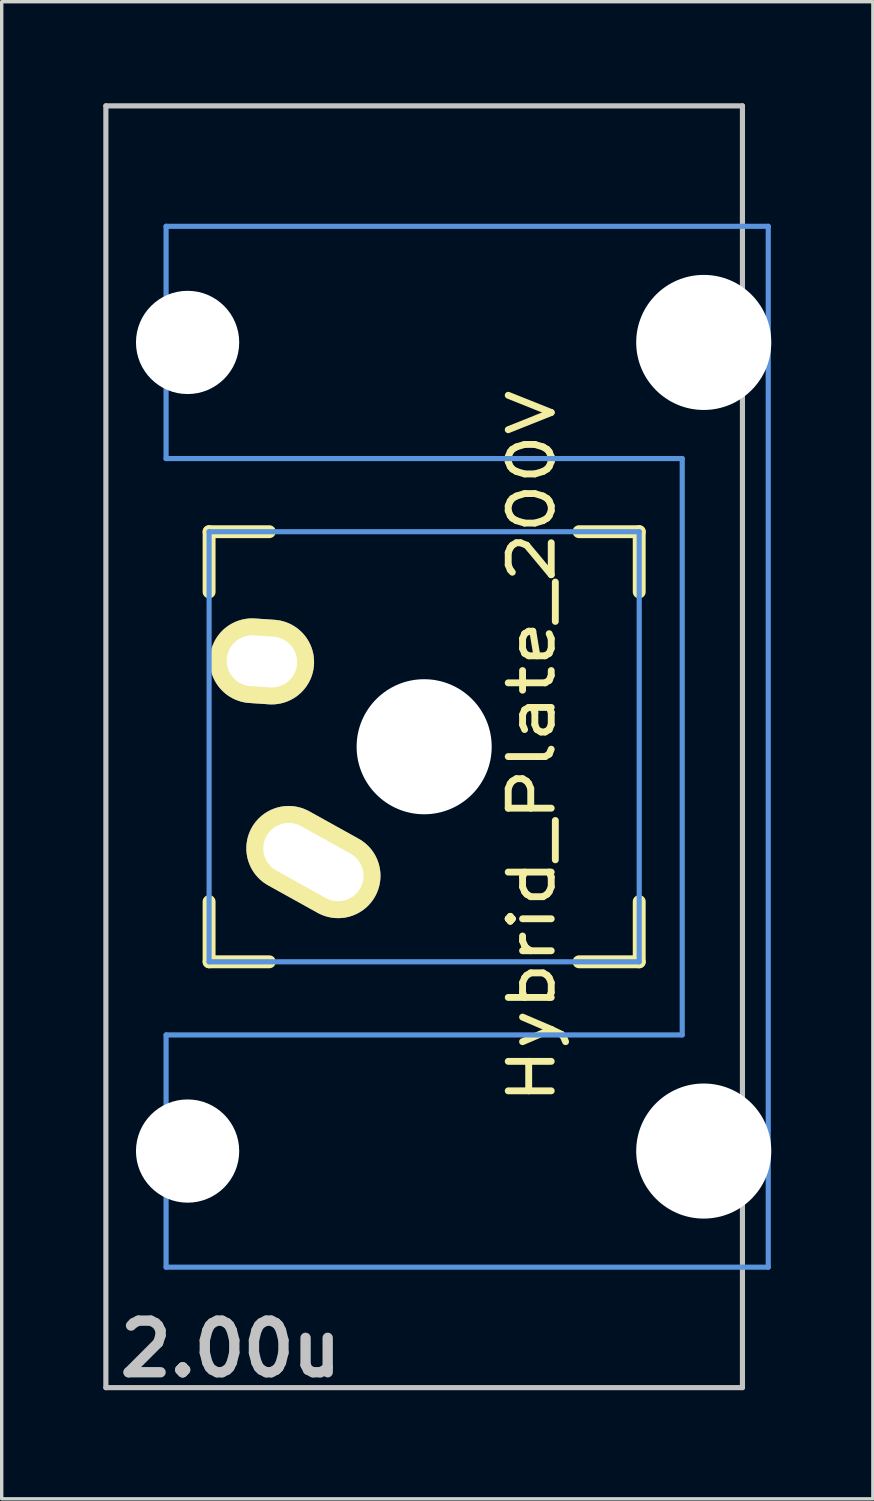
<source format=kicad_pcb>
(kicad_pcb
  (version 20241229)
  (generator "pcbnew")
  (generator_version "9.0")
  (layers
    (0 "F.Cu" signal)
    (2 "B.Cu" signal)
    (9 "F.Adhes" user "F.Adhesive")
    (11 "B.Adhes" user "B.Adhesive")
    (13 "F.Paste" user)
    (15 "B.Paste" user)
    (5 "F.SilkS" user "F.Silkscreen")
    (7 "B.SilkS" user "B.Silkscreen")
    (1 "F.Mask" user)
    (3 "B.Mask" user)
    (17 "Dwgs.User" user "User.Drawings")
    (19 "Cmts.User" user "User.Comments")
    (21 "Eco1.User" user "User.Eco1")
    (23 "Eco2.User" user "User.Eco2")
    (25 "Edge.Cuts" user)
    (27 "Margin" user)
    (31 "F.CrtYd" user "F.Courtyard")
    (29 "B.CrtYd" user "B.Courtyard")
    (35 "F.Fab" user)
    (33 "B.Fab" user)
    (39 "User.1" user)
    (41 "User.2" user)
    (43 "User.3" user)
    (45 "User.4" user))
  (footprint "Hybrid_Plate_200V"
    (layer "F.Cu")
    (at 9.474 18.999)
    (property "Reference" "Hybrid_Plate_200V" (at 3.175 0 90) (layer "F.SilkS") (effects (font (size 1.27 1.524) (thickness 0.203))))
    (attr through_hole)
    (fp_line (start -6.35 -6.35) (end -4.572 -6.35) (stroke (width 0.381) (type solid)) (layer "F.SilkS"))
    (fp_line (start -6.35 -4.572) (end -6.35 -6.35) (stroke (width 0.381) (type solid)) (layer "F.SilkS"))
    (fp_line (start -6.35 6.35) (end -6.35 4.572) (stroke (width 0.381) (type solid)) (layer "F.SilkS"))
    (fp_line (start -4.572 6.35) (end -6.35 6.35) (stroke (width 0.381) (type solid)) (layer "F.SilkS"))
    (fp_line (start 4.572 -6.35) (end 6.35 -6.35) (stroke (width 0.381) (type solid)) (layer "F.SilkS"))
    (fp_line (start 6.35 -6.35) (end 6.35 -4.572) (stroke (width 0.381) (type solid)) (layer "F.SilkS"))
    (fp_line (start 6.35 4.572) (end 6.35 6.35) (stroke (width 0.381) (type solid)) (layer "F.SilkS"))
    (fp_line (start 6.35 6.35) (end 4.572 6.35) (stroke (width 0.381) (type solid)) (layer "F.SilkS"))
    (fp_line (start -9.398 -18.923) (end 9.398 -18.923) (stroke (width 0.152) (type solid)) (layer "Dwgs.User"))
    (fp_line (start -9.398 18.923) (end -9.398 -18.923) (stroke (width 0.152) (type solid)) (layer "Dwgs.User"))
    (fp_line (start 9.398 -18.923) (end 9.398 18.923) (stroke (width 0.152) (type solid)) (layer "Dwgs.User"))
    (fp_line (start 9.398 18.923) (end -9.398 18.923) (stroke (width 0.152) (type solid)) (layer "Dwgs.User"))
    (fp_line (start -7.62 -15.367) (end -7.62 -8.509) (stroke (width 0.152) (type solid)) (layer "Cmts.User"))
    (fp_line (start -7.62 -8.509) (end 7.62 -8.509) (stroke (width 0.152) (type solid)) (layer "Cmts.User"))
    (fp_line (start -7.62 8.509) (end -7.62 15.367) (stroke (width 0.152) (type solid)) (layer "Cmts.User"))
    (fp_line (start -7.62 15.367) (end 10.16 15.367) (stroke (width 0.152) (type solid)) (layer "Cmts.User"))
    (fp_line (start -6.35 -6.35) (end 6.35 -6.35) (stroke (width 0.152) (type solid)) (layer "Cmts.User"))
    (fp_line (start -6.35 6.35) (end -6.35 -6.35) (stroke (width 0.152) (type solid)) (layer "Cmts.User"))
    (fp_line (start 6.35 -6.35) (end 6.35 6.35) (stroke (width 0.152) (type solid)) (layer "Cmts.User"))
    (fp_line (start 6.35 6.35) (end -6.35 6.35) (stroke (width 0.152) (type solid)) (layer "Cmts.User"))
    (fp_line (start 7.62 -8.509) (end 7.62 8.509) (stroke (width 0.152) (type solid)) (layer "Cmts.User"))
    (fp_line (start 7.62 8.509) (end -7.62 8.509) (stroke (width 0.152) (type solid)) (layer "Cmts.User"))
    (fp_line (start 10.16 -15.367) (end -7.62 -15.367) (stroke (width 0.152) (type solid)) (layer "Cmts.User"))
    (fp_line (start 10.16 15.367) (end 10.16 -15.367) (stroke (width 0.152) (type solid)) (layer "Cmts.User"))
    (fp_line (start -6.985 -6.985) (end -4.877 -6.985) (stroke (width 0.152) (type solid)) (layer "Eco2.User"))
    (fp_line (start -6.985 6.985) (end -6.985 -6.985) (stroke (width 0.152) (type solid)) (layer "Eco2.User"))
    (fp_line (start -5.69 -15.265) (end -2.286 -15.265) (stroke (width 0.152) (type solid)) (layer "Eco2.User"))
    (fp_line (start -5.69 -8.611) (end -5.69 -15.265) (stroke (width 0.152) (type solid)) (layer "Eco2.User"))
    (fp_line (start -5.69 8.611) (end -4.877 8.611) (stroke (width 0.152) (type solid)) (layer "Eco2.User"))
    (fp_line (start -5.69 15.265) (end -5.69 8.611) (stroke (width 0.152) (type solid)) (layer "Eco2.User"))
    (fp_line (start -4.877 -8.611) (end -5.69 -8.611) (stroke (width 0.152) (type solid)) (layer "Eco2.User"))
    (fp_line (start -4.877 -6.985) (end -4.877 -8.611) (stroke (width 0.152) (type solid)) (layer "Eco2.User"))
    (fp_line (start -4.877 6.985) (end -6.985 6.985) (stroke (width 0.152) (type solid)) (layer "Eco2.User"))
    (fp_line (start -4.877 8.611) (end -4.877 6.985) (stroke (width 0.152) (type solid)) (layer "Eco2.User"))
    (fp_line (start -2.286 -16.129) (end 0.508 -16.129) (stroke (width 0.152) (type solid)) (layer "Eco2.User"))
    (fp_line (start -2.286 -15.265) (end -2.286 -16.129) (stroke (width 0.152) (type solid)) (layer "Eco2.User"))
    (fp_line (start -2.286 15.265) (end -5.69 15.265) (stroke (width 0.152) (type solid)) (layer "Eco2.User"))
    (fp_line (start -2.286 16.129) (end -2.286 15.265) (stroke (width 0.152) (type solid)) (layer "Eco2.User"))
    (fp_line (start 0.508 -16.129) (end 0.508 -15.265) (stroke (width 0.152) (type solid)) (layer "Eco2.User"))
    (fp_line (start 0.508 -15.265) (end 6.604 -15.265) (stroke (width 0.152) (type solid)) (layer "Eco2.User"))
    (fp_line (start 0.508 15.265) (end 0.508 16.129) (stroke (width 0.152) (type solid)) (layer "Eco2.User"))
    (fp_line (start 0.508 16.129) (end -2.286 16.129) (stroke (width 0.152) (type solid)) (layer "Eco2.User"))
    (fp_line (start 5.817 -8.611) (end 5.817 -6.985) (stroke (width 0.152) (type solid)) (layer "Eco2.User"))
    (fp_line (start 5.817 -6.985) (end 6.985 -6.985) (stroke (width 0.152) (type solid)) (layer "Eco2.User"))
    (fp_line (start 5.817 6.985) (end 5.817 8.611) (stroke (width 0.152) (type solid)) (layer "Eco2.User"))
    (fp_line (start 5.817 8.611) (end 6.604 8.611) (stroke (width 0.152) (type solid)) (layer "Eco2.User"))
    (fp_line (start 6.604 -15.265) (end 6.604 -14.224) (stroke (width 0.152) (type solid)) (layer "Eco2.User"))
    (fp_line (start 6.604 -14.224) (end 7.772 -14.224) (stroke (width 0.152) (type solid)) (layer "Eco2.User"))
    (fp_line (start 6.604 -9.652) (end 6.604 -8.611) (stroke (width 0.152) (type solid)) (layer "Eco2.User"))
    (fp_line (start 6.604 -8.611) (end 5.817 -8.611) (stroke (width 0.152) (type solid)) (layer "Eco2.User"))
    (fp_line (start 6.604 8.611) (end 6.604 9.652) (stroke (width 0.152) (type solid)) (layer "Eco2.User"))
    (fp_line (start 6.604 9.652) (end 7.772 9.652) (stroke (width 0.152) (type solid)) (layer "Eco2.User"))
    (fp_line (start 6.604 14.224) (end 6.604 15.265) (stroke (width 0.152) (type solid)) (layer "Eco2.User"))
    (fp_line (start 6.604 15.265) (end 0.508 15.265) (stroke (width 0.152) (type solid)) (layer "Eco2.User"))
    (fp_line (start 6.985 -6.985) (end 6.985 6.985) (stroke (width 0.152) (type solid)) (layer "Eco2.User"))
    (fp_line (start 6.985 6.985) (end 5.817 6.985) (stroke (width 0.152) (type solid)) (layer "Eco2.User"))
    (fp_line (start 7.772 -14.224) (end 7.772 -9.652) (stroke (width 0.152) (type solid)) (layer "Eco2.User"))
    (fp_line (start 7.772 -9.652) (end 6.604 -9.652) (stroke (width 0.152) (type solid)) (layer "Eco2.User"))
    (fp_line (start 7.772 9.652) (end 7.772 14.224) (stroke (width 0.152) (type solid)) (layer "Eco2.User"))
    (fp_line (start 7.772 14.224) (end 6.604 14.224) (stroke (width 0.152) (type solid)) (layer "Eco2.User"))
    (fp_text user "2.00u" (at -5.715 17.78 0) (layer "Dwgs.User") (effects (font (size 1.524 1.524) (thickness 0.305))))
    (pad "" np_thru_hole circle (at -6.985 -11.938 90) (size 3.048 3.048) (drill 3.048) (layers "*.Cu"))
    (pad "" np_thru_hole circle (at -6.985 11.938 90) (size 3.048 3.048) (drill 3.048) (layers "*.Cu"))
    (pad "" np_thru_hole circle (at 0 0 90) (size 3.988 3.988) (drill 3.988) (layers "*.Cu"))
    (pad "" np_thru_hole circle (at 8.255 -11.938 90) (size 3.988 3.988) (drill 3.988) (layers "*.Cu"))
    (pad "" np_thru_hole circle (at 8.255 11.938 90) (size 3.988 3.988) (drill 3.988) (layers "*.Cu"))
    (pad "1" thru_hole oval (at -3.27 3.405 60.95) (size 2.5 4.17) (drill oval 1.5 3.17) (layers "*.Cu" "*.Mask" "F.SilkS"))
    (pad "2" thru_hole oval (at -4.79 -2.52 86.1) (size 2.5 3.08) (drill oval 1.5 2.08) (layers "*.Cu" "*.Mask" "F.SilkS")))
  (gr_rect
    (start -3 -3)
    (end 22.723 41.206)
    (stroke (width 0.1) (type default))
    (fill no)
    (layer "Edge.Cuts")))
</source>
